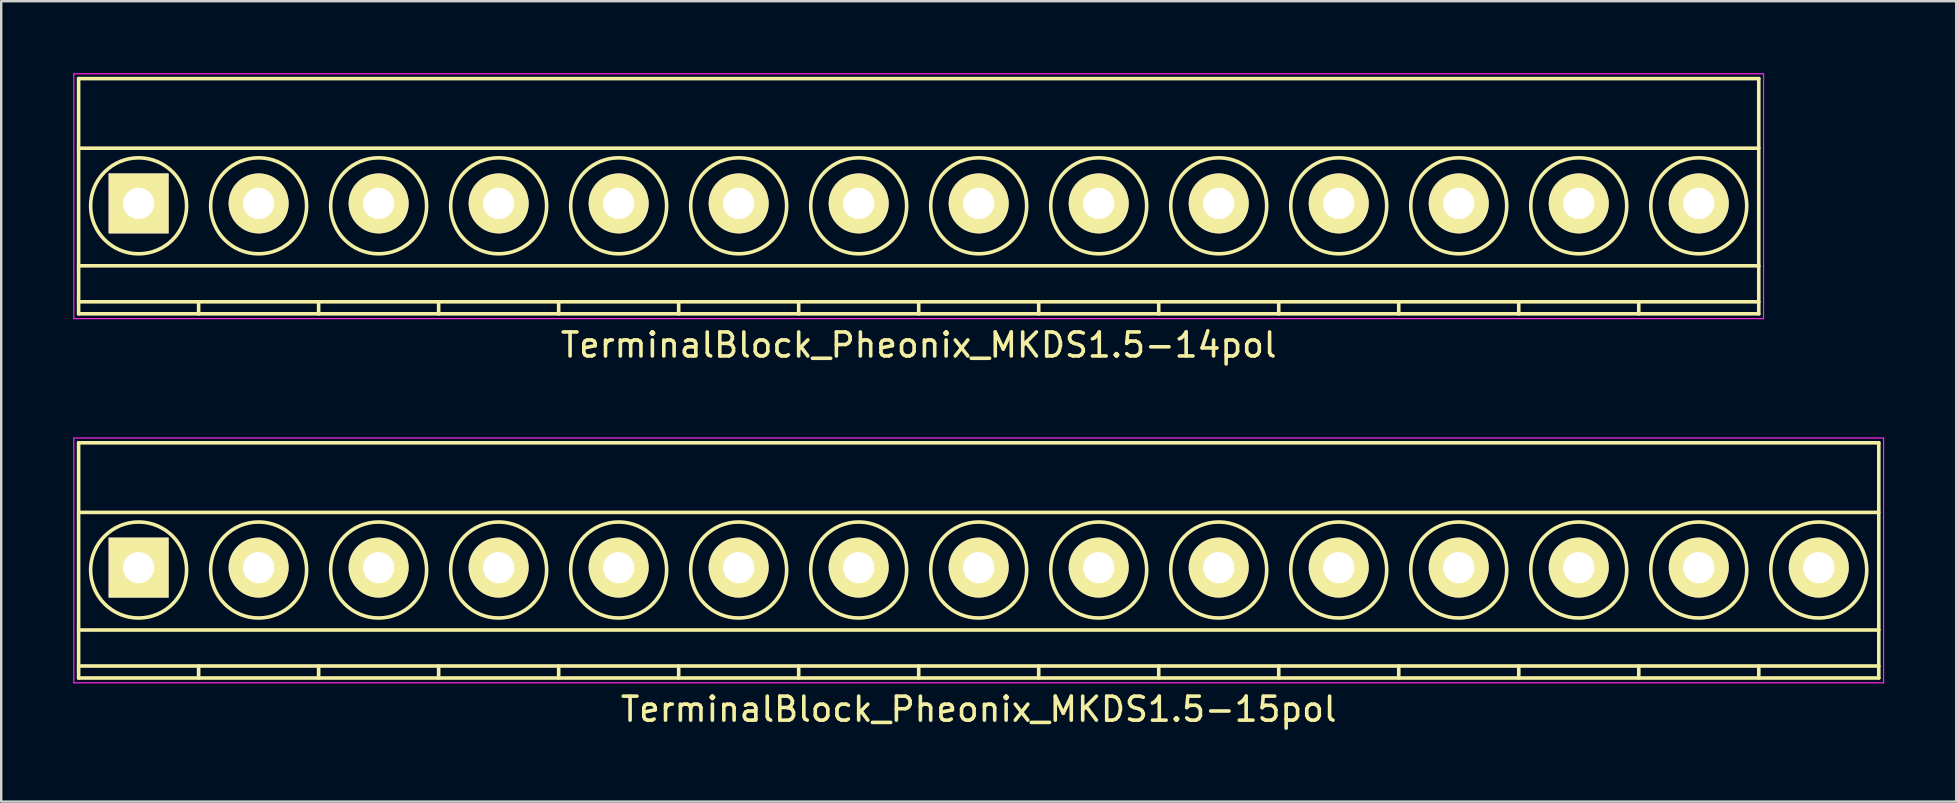
<source format=kicad_pcb>
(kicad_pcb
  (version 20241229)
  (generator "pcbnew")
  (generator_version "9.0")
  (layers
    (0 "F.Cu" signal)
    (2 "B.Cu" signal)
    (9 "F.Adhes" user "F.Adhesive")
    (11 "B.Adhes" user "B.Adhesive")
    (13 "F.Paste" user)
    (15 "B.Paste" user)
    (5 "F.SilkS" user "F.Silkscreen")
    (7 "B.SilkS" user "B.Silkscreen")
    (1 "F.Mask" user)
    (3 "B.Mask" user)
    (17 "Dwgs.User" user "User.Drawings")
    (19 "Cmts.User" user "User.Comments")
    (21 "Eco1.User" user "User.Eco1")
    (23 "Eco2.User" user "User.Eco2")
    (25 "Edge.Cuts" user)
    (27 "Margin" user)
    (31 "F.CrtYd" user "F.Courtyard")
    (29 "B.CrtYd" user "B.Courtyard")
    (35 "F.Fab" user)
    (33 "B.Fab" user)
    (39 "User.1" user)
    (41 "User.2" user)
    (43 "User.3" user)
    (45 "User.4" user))
  (footprint "TerminalBlock_Pheonix_MKDS1.5-15pol"
    (layer "F.Cu")
    (at 2.725 20.598)
    (property "Reference" "TerminalBlock_Pheonix_MKDS1.5-15pol" (at 35 5.9 0) (layer "F.SilkS") (effects (font (size 1 1) (thickness 0.15))))
    (attr through_hole)
    (fp_line (start -2.5 -5.2) (end -2.5 4.6) (stroke (width 0.15) (type solid)) (layer "F.SilkS"))
    (fp_line (start -2.5 -2.3) (end 72.5 -2.3) (stroke (width 0.15) (type solid)) (layer "F.SilkS"))
    (fp_line (start -2.5 2.6) (end 72.5 2.6) (stroke (width 0.15) (type solid)) (layer "F.SilkS"))
    (fp_line (start -2.5 4.1) (end 72.5 4.1) (stroke (width 0.15) (type solid)) (layer "F.SilkS"))
    (fp_line (start -2.5 4.6) (end 72.5 4.6) (stroke (width 0.15) (type solid)) (layer "F.SilkS"))
    (fp_line (start 2.5 4.1) (end 2.5 4.6) (stroke (width 0.15) (type solid)) (layer "F.SilkS"))
    (fp_line (start 7.5 4.1) (end 7.5 4.6) (stroke (width 0.15) (type solid)) (layer "F.SilkS"))
    (fp_line (start 12.5 4.1) (end 12.5 4.6) (stroke (width 0.15) (type solid)) (layer "F.SilkS"))
    (fp_line (start 17.5 4.1) (end 17.5 4.6) (stroke (width 0.15) (type solid)) (layer "F.SilkS"))
    (fp_line (start 22.5 4.1) (end 22.5 4.6) (stroke (width 0.15) (type solid)) (layer "F.SilkS"))
    (fp_line (start 27.5 4.1) (end 27.5 4.6) (stroke (width 0.15) (type solid)) (layer "F.SilkS"))
    (fp_line (start 32.5 4.1) (end 32.5 4.6) (stroke (width 0.15) (type solid)) (layer "F.SilkS"))
    (fp_line (start 37.5 4.1) (end 37.5 4.6) (stroke (width 0.15) (type solid)) (layer "F.SilkS"))
    (fp_line (start 42.5 4.1) (end 42.5 4.6) (stroke (width 0.15) (type solid)) (layer "F.SilkS"))
    (fp_line (start 47.5 4.1) (end 47.5 4.6) (stroke (width 0.15) (type solid)) (layer "F.SilkS"))
    (fp_line (start 52.5 4.1) (end 52.5 4.6) (stroke (width 0.15) (type solid)) (layer "F.SilkS"))
    (fp_line (start 57.5 4.1) (end 57.5 4.6) (stroke (width 0.15) (type solid)) (layer "F.SilkS"))
    (fp_line (start 62.5 4.1) (end 62.5 4.6) (stroke (width 0.15) (type solid)) (layer "F.SilkS"))
    (fp_line (start 67.5 4.1) (end 67.5 4.6) (stroke (width 0.15) (type solid)) (layer "F.SilkS"))
    (fp_line (start 72.5 -5.2) (end -2.5 -5.2) (stroke (width 0.15) (type solid)) (layer "F.SilkS"))
    (fp_line (start 72.5 4.6) (end 72.5 -5.2) (stroke (width 0.15) (type solid)) (layer "F.SilkS"))
    (fp_circle (center 0 0.1) (end 2 0.1) (stroke (width 0.15) (type solid)) (fill no) (layer "F.SilkS"))
    (fp_circle (center 5 0.1) (end 3 0.1) (stroke (width 0.15) (type solid)) (fill no) (layer "F.SilkS"))
    (fp_circle (center 10 0.1) (end 8 0.1) (stroke (width 0.15) (type solid)) (fill no) (layer "F.SilkS"))
    (fp_circle (center 15 0.1) (end 13 0.1) (stroke (width 0.15) (type solid)) (fill no) (layer "F.SilkS"))
    (fp_circle (center 20 0.1) (end 18 0.1) (stroke (width 0.15) (type solid)) (fill no) (layer "F.SilkS"))
    (fp_circle (center 25 0.1) (end 23 0.1) (stroke (width 0.15) (type solid)) (fill no) (layer "F.SilkS"))
    (fp_circle (center 30 0.1) (end 28 0.1) (stroke (width 0.15) (type solid)) (fill no) (layer "F.SilkS"))
    (fp_circle (center 35 0.1) (end 33 0.1) (stroke (width 0.15) (type solid)) (fill no) (layer "F.SilkS"))
    (fp_circle (center 40 0.1) (end 38 0.1) (stroke (width 0.15) (type solid)) (fill no) (layer "F.SilkS"))
    (fp_circle (center 45 0.1) (end 43 0.1) (stroke (width 0.15) (type solid)) (fill no) (layer "F.SilkS"))
    (fp_circle (center 50 0.1) (end 48 0.1) (stroke (width 0.15) (type solid)) (fill no) (layer "F.SilkS"))
    (fp_circle (center 55 0.1) (end 53 0.1) (stroke (width 0.15) (type solid)) (fill no) (layer "F.SilkS"))
    (fp_circle (center 60 0.1) (end 58 0.1) (stroke (width 0.15) (type solid)) (fill no) (layer "F.SilkS"))
    (fp_circle (center 65 0.1) (end 63 0.1) (stroke (width 0.15) (type solid)) (fill no) (layer "F.SilkS"))
    (fp_circle (center 70 0.1) (end 68 0.1) (stroke (width 0.15) (type solid)) (fill no) (layer "F.SilkS"))
    (fp_line (start -2.7 -5.4) (end 72.7 -5.4) (stroke (width 0.05) (type solid)) (layer "F.CrtYd"))
    (fp_line (start -2.7 4.8) (end -2.7 -5.4) (stroke (width 0.05) (type solid)) (layer "F.CrtYd"))
    (fp_line (start 72.7 -5.4) (end 72.7 4.8) (stroke (width 0.05) (type solid)) (layer "F.CrtYd"))
    (fp_line (start 72.7 4.8) (end -2.7 4.8) (stroke (width 0.05) (type solid)) (layer "F.CrtYd"))
    (pad "1" thru_hole rect (at 0 0) (size 2.5 2.5) (drill 1.3) (layers "*.Cu" "*.Mask" "F.SilkS"))
    (pad "2" thru_hole circle (at 5 0) (size 2.5 2.5) (drill 1.3) (layers "*.Cu" "*.Mask" "F.SilkS"))
    (pad "3" thru_hole circle (at 10 0) (size 2.5 2.5) (drill 1.3) (layers "*.Cu" "*.Mask" "F.SilkS"))
    (pad "4" thru_hole circle (at 15 0) (size 2.5 2.5) (drill 1.3) (layers "*.Cu" "*.Mask" "F.SilkS"))
    (pad "5" thru_hole circle (at 20 0) (size 2.5 2.5) (drill 1.3) (layers "*.Cu" "*.Mask" "F.SilkS"))
    (pad "6" thru_hole circle (at 25 0) (size 2.5 2.5) (drill 1.3) (layers "*.Cu" "*.Mask" "F.SilkS"))
    (pad "7" thru_hole circle (at 30 0) (size 2.5 2.5) (drill 1.3) (layers "*.Cu" "*.Mask" "F.SilkS"))
    (pad "8" thru_hole circle (at 35 0) (size 2.5 2.5) (drill 1.3) (layers "*.Cu" "*.Mask" "F.SilkS"))
    (pad "9" thru_hole circle (at 40 0) (size 2.5 2.5) (drill 1.3) (layers "*.Cu" "*.Mask" "F.SilkS"))
    (pad "10" thru_hole circle (at 45 0) (size 2.5 2.5) (drill 1.3) (layers "*.Cu" "*.Mask" "F.SilkS"))
    (pad "11" thru_hole circle (at 50 0) (size 2.5 2.5) (drill 1.3) (layers "*.Cu" "*.Mask" "F.SilkS"))
    (pad "12" thru_hole circle (at 55 0) (size 2.5 2.5) (drill 1.3) (layers "*.Cu" "*.Mask" "F.SilkS"))
    (pad "13" thru_hole circle (at 60 0) (size 2.5 2.5) (drill 1.3) (layers "*.Cu" "*.Mask" "F.SilkS"))
    (pad "14" thru_hole circle (at 65 0) (size 2.5 2.5) (drill 1.3) (layers "*.Cu" "*.Mask" "F.SilkS"))
    (pad "15" thru_hole circle (at 70 0) (size 2.5 2.5) (drill 1.3) (layers "*.Cu" "*.Mask" "F.SilkS")))
  (footprint "TerminalBlock_Pheonix_MKDS1.5-14pol"
    (layer "F.Cu")
    (at 2.725 5.425)
    (property "Reference" "TerminalBlock_Pheonix_MKDS1.5-14pol" (at 32.5 5.9 0) (layer "F.SilkS") (effects (font (size 1 1) (thickness 0.15))))
    (attr through_hole)
    (fp_line (start -2.5 -5.2) (end -2.5 4.6) (stroke (width 0.15) (type solid)) (layer "F.SilkS"))
    (fp_line (start -2.5 -2.3) (end 67.5 -2.3) (stroke (width 0.15) (type solid)) (layer "F.SilkS"))
    (fp_line (start -2.5 2.6) (end 67.5 2.6) (stroke (width 0.15) (type solid)) (layer "F.SilkS"))
    (fp_line (start -2.5 4.1) (end 67.5 4.1) (stroke (width 0.15) (type solid)) (layer "F.SilkS"))
    (fp_line (start -2.5 4.6) (end 67.5 4.6) (stroke (width 0.15) (type solid)) (layer "F.SilkS"))
    (fp_line (start 2.5 4.1) (end 2.5 4.6) (stroke (width 0.15) (type solid)) (layer "F.SilkS"))
    (fp_line (start 7.5 4.1) (end 7.5 4.6) (stroke (width 0.15) (type solid)) (layer "F.SilkS"))
    (fp_line (start 12.5 4.1) (end 12.5 4.6) (stroke (width 0.15) (type solid)) (layer "F.SilkS"))
    (fp_line (start 17.5 4.1) (end 17.5 4.6) (stroke (width 0.15) (type solid)) (layer "F.SilkS"))
    (fp_line (start 22.5 4.1) (end 22.5 4.6) (stroke (width 0.15) (type solid)) (layer "F.SilkS"))
    (fp_line (start 27.5 4.1) (end 27.5 4.6) (stroke (width 0.15) (type solid)) (layer "F.SilkS"))
    (fp_line (start 32.5 4.1) (end 32.5 4.6) (stroke (width 0.15) (type solid)) (layer "F.SilkS"))
    (fp_line (start 37.5 4.1) (end 37.5 4.6) (stroke (width 0.15) (type solid)) (layer "F.SilkS"))
    (fp_line (start 42.5 4.1) (end 42.5 4.6) (stroke (width 0.15) (type solid)) (layer "F.SilkS"))
    (fp_line (start 47.5 4.1) (end 47.5 4.6) (stroke (width 0.15) (type solid)) (layer "F.SilkS"))
    (fp_line (start 52.5 4.1) (end 52.5 4.6) (stroke (width 0.15) (type solid)) (layer "F.SilkS"))
    (fp_line (start 57.5 4.1) (end 57.5 4.6) (stroke (width 0.15) (type solid)) (layer "F.SilkS"))
    (fp_line (start 62.5 4.1) (end 62.5 4.6) (stroke (width 0.15) (type solid)) (layer "F.SilkS"))
    (fp_line (start 67.5 -5.2) (end -2.5 -5.2) (stroke (width 0.15) (type solid)) (layer "F.SilkS"))
    (fp_line (start 67.5 4.6) (end 67.5 -5.2) (stroke (width 0.15) (type solid)) (layer "F.SilkS"))
    (fp_circle (center 0 0.1) (end 2 0.1) (stroke (width 0.15) (type solid)) (fill no) (layer "F.SilkS"))
    (fp_circle (center 5 0.1) (end 3 0.1) (stroke (width 0.15) (type solid)) (fill no) (layer "F.SilkS"))
    (fp_circle (center 10 0.1) (end 8 0.1) (stroke (width 0.15) (type solid)) (fill no) (layer "F.SilkS"))
    (fp_circle (center 15 0.1) (end 13 0.1) (stroke (width 0.15) (type solid)) (fill no) (layer "F.SilkS"))
    (fp_circle (center 20 0.1) (end 18 0.1) (stroke (width 0.15) (type solid)) (fill no) (layer "F.SilkS"))
    (fp_circle (center 25 0.1) (end 23 0.1) (stroke (width 0.15) (type solid)) (fill no) (layer "F.SilkS"))
    (fp_circle (center 30 0.1) (end 28 0.1) (stroke (width 0.15) (type solid)) (fill no) (layer "F.SilkS"))
    (fp_circle (center 35 0.1) (end 33 0.1) (stroke (width 0.15) (type solid)) (fill no) (layer "F.SilkS"))
    (fp_circle (center 40 0.1) (end 38 0.1) (stroke (width 0.15) (type solid)) (fill no) (layer "F.SilkS"))
    (fp_circle (center 45 0.1) (end 43 0.1) (stroke (width 0.15) (type solid)) (fill no) (layer "F.SilkS"))
    (fp_circle (center 50 0.1) (end 48 0.1) (stroke (width 0.15) (type solid)) (fill no) (layer "F.SilkS"))
    (fp_circle (center 55 0.1) (end 53 0.1) (stroke (width 0.15) (type solid)) (fill no) (layer "F.SilkS"))
    (fp_circle (center 60 0.1) (end 58 0.1) (stroke (width 0.15) (type solid)) (fill no) (layer "F.SilkS"))
    (fp_circle (center 65 0.1) (end 63 0.1) (stroke (width 0.15) (type solid)) (fill no) (layer "F.SilkS"))
    (fp_line (start -2.7 -5.4) (end 67.7 -5.4) (stroke (width 0.05) (type solid)) (layer "F.CrtYd"))
    (fp_line (start -2.7 4.8) (end -2.7 -5.4) (stroke (width 0.05) (type solid)) (layer "F.CrtYd"))
    (fp_line (start 67.7 -5.4) (end 67.7 4.8) (stroke (width 0.05) (type solid)) (layer "F.CrtYd"))
    (fp_line (start 67.7 4.8) (end -2.7 4.8) (stroke (width 0.05) (type solid)) (layer "F.CrtYd"))
    (pad "1" thru_hole rect (at 0 0) (size 2.5 2.5) (drill 1.3) (layers "*.Cu" "*.Mask" "F.SilkS"))
    (pad "2" thru_hole circle (at 5 0) (size 2.5 2.5) (drill 1.3) (layers "*.Cu" "*.Mask" "F.SilkS"))
    (pad "3" thru_hole circle (at 10 0) (size 2.5 2.5) (drill 1.3) (layers "*.Cu" "*.Mask" "F.SilkS"))
    (pad "4" thru_hole circle (at 15 0) (size 2.5 2.5) (drill 1.3) (layers "*.Cu" "*.Mask" "F.SilkS"))
    (pad "5" thru_hole circle (at 20 0) (size 2.5 2.5) (drill 1.3) (layers "*.Cu" "*.Mask" "F.SilkS"))
    (pad "6" thru_hole circle (at 25 0) (size 2.5 2.5) (drill 1.3) (layers "*.Cu" "*.Mask" "F.SilkS"))
    (pad "7" thru_hole circle (at 30 0) (size 2.5 2.5) (drill 1.3) (layers "*.Cu" "*.Mask" "F.SilkS"))
    (pad "8" thru_hole circle (at 35 0) (size 2.5 2.5) (drill 1.3) (layers "*.Cu" "*.Mask" "F.SilkS"))
    (pad "9" thru_hole circle (at 40 0) (size 2.5 2.5) (drill 1.3) (layers "*.Cu" "*.Mask" "F.SilkS"))
    (pad "10" thru_hole circle (at 45 0) (size 2.5 2.5) (drill 1.3) (layers "*.Cu" "*.Mask" "F.SilkS"))
    (pad "11" thru_hole circle (at 50 0) (size 2.5 2.5) (drill 1.3) (layers "*.Cu" "*.Mask" "F.SilkS"))
    (pad "12" thru_hole circle (at 55 0) (size 2.5 2.5) (drill 1.3) (layers "*.Cu" "*.Mask" "F.SilkS"))
    (pad "13" thru_hole circle (at 60 0) (size 2.5 2.5) (drill 1.3) (layers "*.Cu" "*.Mask" "F.SilkS"))
    (pad "14" thru_hole circle (at 65 0) (size 2.5 2.5) (drill 1.3) (layers "*.Cu" "*.Mask" "F.SilkS")))
  (gr_rect
    (start -3 -3)
    (end 78.45 30.346)
    (stroke (width 0.1) (type default))
    (fill no)
    (layer "Edge.Cuts")))
</source>
